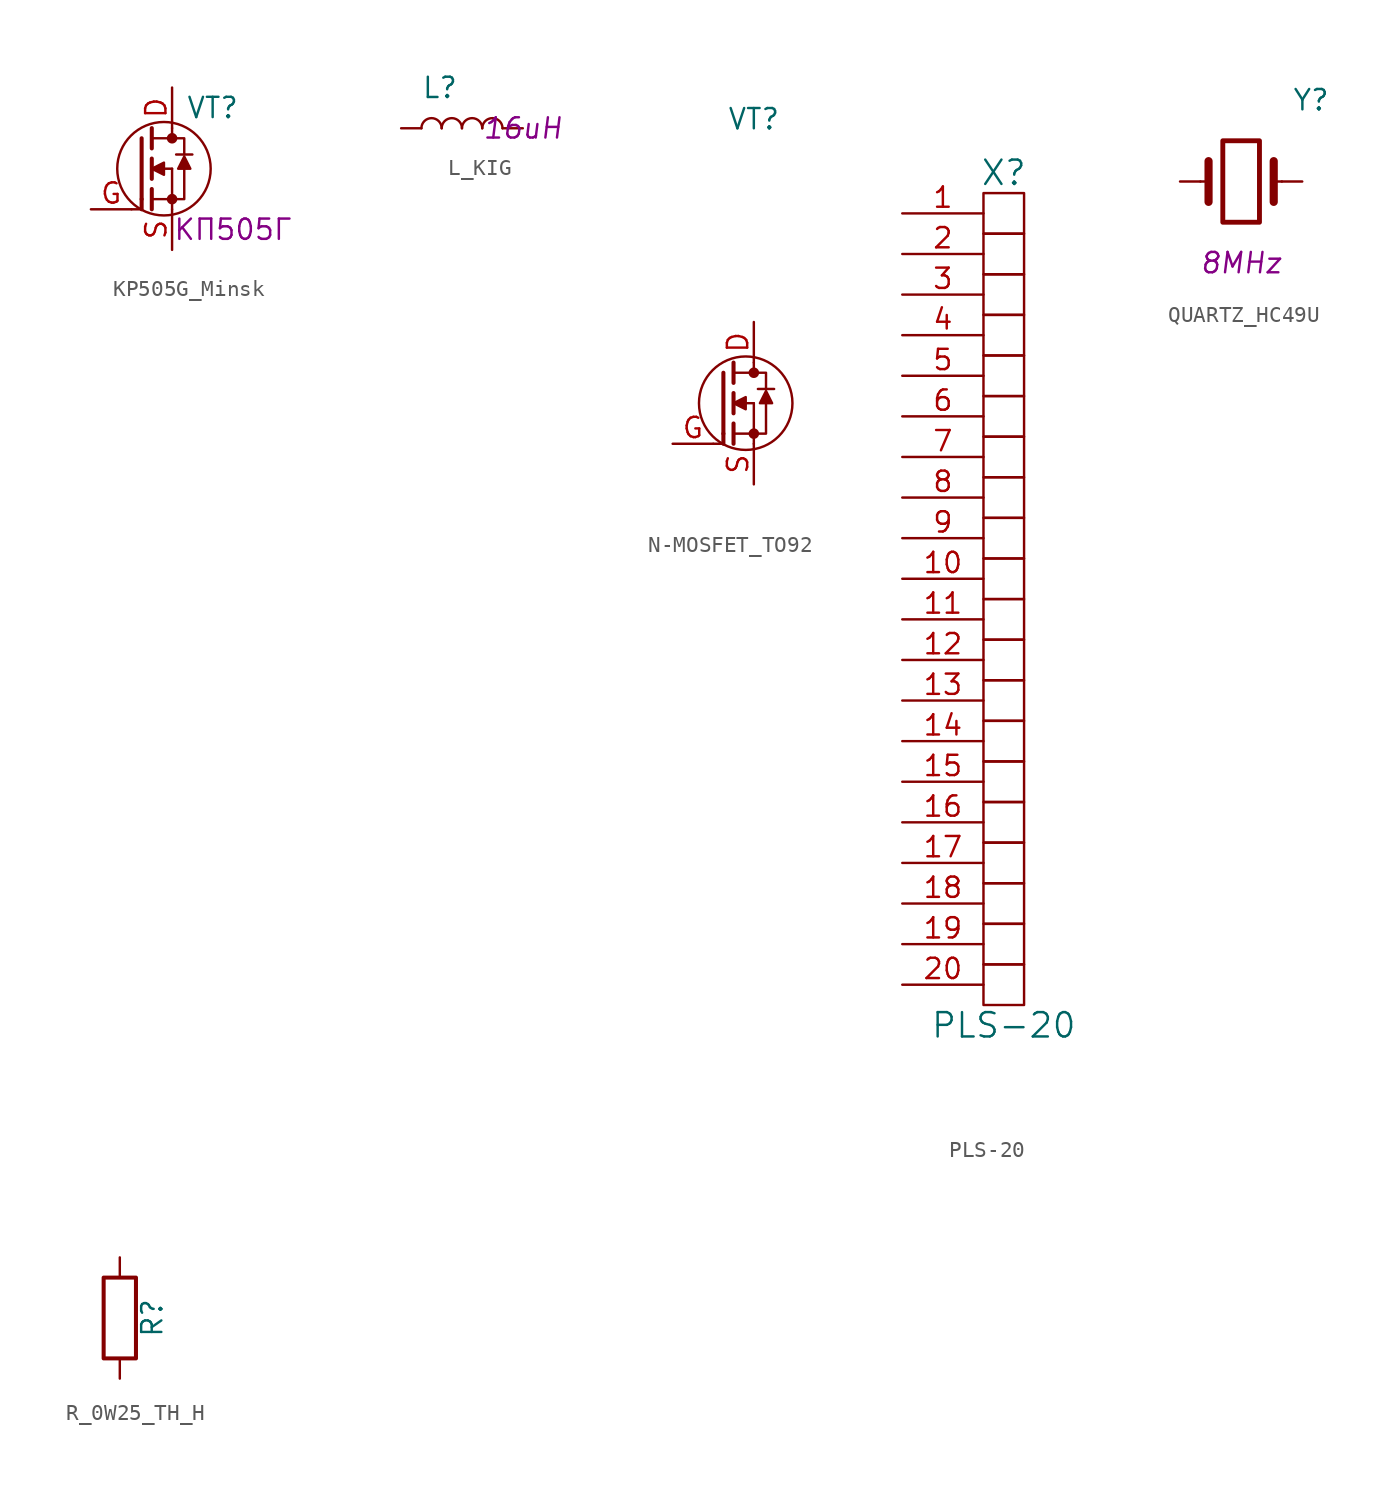
<source format=kicad_sym>
(kicad_symbol_lib
  (version 20211014)
  (generator kicad_symbol_editor)
  (symbol "KP505G_Minsk"
    (pin_names
      (offset 1.016) hide)
    (property "Reference" "VT"
      (at 2.54 3.81 0)
      (effects (font (size 1.27 1.27))))
    (property "p/n" "КП505Г"
      (at 3.81 -3.81 0)
      (effects (font (size 1.27 1.27))))
    (symbol "KP505G_Minsk_0_1"
      (circle (center -0.508 0) (radius 2.924) (stroke (width 0) (type default) (color 0 0 0 0)) (fill (type none)))
      (circle (center 0 -1.905) (radius 0.254) (stroke (width 0) (type default) (color 0 0 0 0)) (fill (type outline)))
      (polyline (pts (xy -1.905 -2.54) (xy -2.54 -2.54)) (stroke (width 0) (type default) (color 0 0 0 0)) (fill (type none)))
      (polyline (pts (xy -1.905 -2.54) (xy -1.905 -1.905)) (stroke (width 0.254) (type default) (color 0 0 0 0)) (fill (type none)))
      (polyline (pts (xy -1.905 1.905) (xy -1.905 -1.905)) (stroke (width 0.254) (type default) (color 0 0 0 0)) (fill (type none)))
      (polyline (pts (xy -1.27 -1.905) (xy 0 -1.905)) (stroke (width 0) (type default) (color 0 0 0 0)) (fill (type none)))
      (polyline (pts (xy -1.27 -1.27) (xy -1.27 -2.54)) (stroke (width 0.254) (type default) (color 0 0 0 0)) (fill (type none)))
      (polyline (pts (xy -1.27 0.635) (xy -1.27 -0.635)) (stroke (width 0.254) (type default) (color 0 0 0 0)) (fill (type none)))
      (polyline (pts (xy -1.27 1.27) (xy -1.27 2.54)) (stroke (width 0.254) (type default) (color 0 0 0 0)) (fill (type none)))
      (polyline (pts (xy -1.27 1.905) (xy 0 1.905)) (stroke (width 0) (type default) (color 0 0 0 0)) (fill (type none)))
      (polyline (pts (xy 0 -2.54) (xy 0 -1.905)) (stroke (width 0) (type default) (color 0 0 0 0)) (fill (type none)))
      (polyline (pts (xy 0 0) (xy -1.27 0)) (stroke (width 0) (type default) (color 0 0 0 0)) (fill (type none)))
      (polyline (pts (xy 0 0) (xy 0 -1.905)) (stroke (width 0) (type default) (color 0 0 0 0)) (fill (type none)))
      (polyline (pts (xy 0 2.54) (xy 0 1.905)) (stroke (width 0) (type default) (color 0 0 0 0)) (fill (type none)))
      (polyline (pts (xy 0.254 0.889) (xy 1.27 0.889)) (stroke (width 0) (type default) (color 0 0 0 0)) (fill (type none)))
      (polyline (pts (xy 0 -1.905) (xy 0.762 -1.905) (xy 0.762 0)) (stroke (width 0) (type default) (color 0 0 0 0)) (fill (type none)))
      (polyline (pts (xy 0.762 0.889) (xy 0.762 1.905) (xy 0 1.905)) (stroke (width 0) (type default) (color 0 0 0 0)) (fill (type none)))
      (polyline (pts (xy -1.27 0) (xy -0.508 0.381) (xy -0.508 -0.381) (xy -1.27 0)) (stroke (width 0) (type default) (color 0 0 0 0)) (fill (type outline)))
      (polyline (pts (xy 0.762 0.762) (xy 1.143 0) (xy 0.381 0) (xy 0.762 0.762)) (stroke (width 0) (type default) (color 0 0 0 0)) (fill (type outline)))
      (circle (center 0 1.905) (radius 0.254) (stroke (width 0) (type default) (color 0 0 0 0)) (fill (type outline))))
    (symbol "KP505G_Minsk_1_1"
      (pin passive line (at 0 5.08 270) (length 2.54) (name "~" (effects (font (size 1.27 1.27)))) (number "D" (effects (font (size 1.27 1.27)))))
      (pin passive line (at -5.08 -2.54 0) (length 2.54) (name "~" (effects (font (size 1.27 1.27)))) (number "G" (effects (font (size 1.27 1.27)))))
      (pin passive line (at 0 -5.08 90) (length 2.54) (name "~" (effects (font (size 1.27 1.27)))) (number "S" (effects (font (size 1.27 1.27)))))))
  (symbol "L_KIG"
    (pin_numbers hide)
    (pin_names
      (offset 0.254) hide)
    (property "Reference" "L"
      (at -6.35 2.54 0)
      (effects (font (size 1.27 1.27)) (justify left)))
    (property "Inductance" "16uH"
      (at 0 0 0)
      (effects (font (size 1.27 1.27) italic)))
    (symbol "L_KIG_0_1"
      (arc (start -3.81 0) (mid -4.445 0.635) (end -5.08 0) (stroke (width 0) (type default) (color 0 0 0 0)) (fill (type none)))
      (arc (start -2.54 0) (mid -3.175 0.635) (end -3.81 0) (stroke (width 0) (type default) (color 0 0 0 0)) (fill (type none)))
      (arc (start -1.27 0) (mid -1.905 0.635) (end -2.54 0) (stroke (width 0) (type default) (color 0 0 0 0)) (fill (type none))))
    (symbol "L_KIG_1_1"
      (arc (start -5.08 0) (mid -5.715 0.635) (end -6.35 0) (stroke (width 0) (type default) (color 0 0 0 0)) (fill (type none)))
      (pin passive line (at -7.62 0 0) (length 1.27) (name "~" (effects (font (size 1.27 1.27)))) (number "1" (effects (font (size 1.27 1.27)))))
      (pin passive line (at 0 0 180) (length 1.27) (name "~" (effects (font (size 1.27 1.27)))) (number "2" (effects (font (size 1.27 1.27)))))))
  (symbol "N-MOSFET_TO92"
    (pin_names
      (offset 1.016) hide)
    (property "Reference" "VT"
      (at 0 17.78 0)
      (effects (font (size 1.27 1.27))))
    (symbol "N-MOSFET_TO92_0_1"
      (circle (center -0.508 0) (radius 2.924) (stroke (width 0) (type default) (color 0 0 0 0)) (fill (type none)))
      (circle (center 0 -1.905) (radius 0.254) (stroke (width 0) (type default) (color 0 0 0 0)) (fill (type outline)))
      (polyline (pts (xy -1.905 -2.54) (xy -2.54 -2.54)) (stroke (width 0) (type default) (color 0 0 0 0)) (fill (type none)))
      (polyline (pts (xy -1.905 -2.54) (xy -1.905 -1.905)) (stroke (width 0.254) (type default) (color 0 0 0 0)) (fill (type none)))
      (polyline (pts (xy -1.905 1.905) (xy -1.905 -1.905)) (stroke (width 0.254) (type default) (color 0 0 0 0)) (fill (type none)))
      (polyline (pts (xy -1.27 -1.905) (xy 0 -1.905)) (stroke (width 0) (type default) (color 0 0 0 0)) (fill (type none)))
      (polyline (pts (xy -1.27 -1.27) (xy -1.27 -2.54)) (stroke (width 0.254) (type default) (color 0 0 0 0)) (fill (type none)))
      (polyline (pts (xy -1.27 0.635) (xy -1.27 -0.635)) (stroke (width 0.254) (type default) (color 0 0 0 0)) (fill (type none)))
      (polyline (pts (xy -1.27 1.27) (xy -1.27 2.54)) (stroke (width 0.254) (type default) (color 0 0 0 0)) (fill (type none)))
      (polyline (pts (xy -1.27 1.905) (xy 0 1.905)) (stroke (width 0) (type default) (color 0 0 0 0)) (fill (type none)))
      (polyline (pts (xy 0 -2.54) (xy 0 -1.905)) (stroke (width 0) (type default) (color 0 0 0 0)) (fill (type none)))
      (polyline (pts (xy 0 0) (xy -1.27 0)) (stroke (width 0) (type default) (color 0 0 0 0)) (fill (type none)))
      (polyline (pts (xy 0 0) (xy 0 -1.905)) (stroke (width 0) (type default) (color 0 0 0 0)) (fill (type none)))
      (polyline (pts (xy 0 2.54) (xy 0 1.905)) (stroke (width 0) (type default) (color 0 0 0 0)) (fill (type none)))
      (polyline (pts (xy 0.254 0.889) (xy 1.27 0.889)) (stroke (width 0) (type default) (color 0 0 0 0)) (fill (type none)))
      (polyline (pts (xy 0 -1.905) (xy 0.762 -1.905) (xy 0.762 0)) (stroke (width 0) (type default) (color 0 0 0 0)) (fill (type none)))
      (polyline (pts (xy 0.762 0.889) (xy 0.762 1.905) (xy 0 1.905)) (stroke (width 0) (type default) (color 0 0 0 0)) (fill (type none)))
      (polyline (pts (xy -1.27 0) (xy -0.508 0.381) (xy -0.508 -0.381) (xy -1.27 0)) (stroke (width 0) (type default) (color 0 0 0 0)) (fill (type outline)))
      (polyline (pts (xy 0.762 0.762) (xy 1.143 0) (xy 0.381 0) (xy 0.762 0.762)) (stroke (width 0) (type default) (color 0 0 0 0)) (fill (type outline)))
      (circle (center 0 1.905) (radius 0.254) (stroke (width 0) (type default) (color 0 0 0 0)) (fill (type outline))))
    (symbol "N-MOSFET_TO92_1_1"
      (pin passive line (at 0 5.08 270) (length 2.54) (name "~" (effects (font (size 1.27 1.27)))) (number "D" (effects (font (size 1.27 1.27)))))
      (pin passive line (at -5.08 -2.54 0) (length 2.54) (name "~" (effects (font (size 1.27 1.27)))) (number "G" (effects (font (size 1.27 1.27)))))
      (pin passive line (at 0 -5.08 90) (length 2.54) (name "~" (effects (font (size 1.27 1.27)))) (number "S" (effects (font (size 1.27 1.27)))))))
  (symbol "PLS-20"
    (pin_names
      (offset 1.016))
    (property "Reference" "X"
      (at 0 2.54 0)
      (effects (font (size 1.524 1.524))))
    (property "Value" "PLS-20"
      (at 0 -50.8 0)
      (effects (font (size 1.524 1.524))))
    (symbol "PLS-20_0_1"
      (rectangle (start -1.27 -46.99) (end 1.27 -49.53) (stroke (width 0.152) (type default) (color 0 0 0 0)) (fill (type none)))
      (rectangle (start -1.27 -44.45) (end 1.27 -46.99) (stroke (width 0.152) (type default) (color 0 0 0 0)) (fill (type none)))
      (rectangle (start -1.27 -41.91) (end 1.27 -44.45) (stroke (width 0.152) (type default) (color 0 0 0 0)) (fill (type none)))
      (rectangle (start -1.27 -39.37) (end 1.27 -41.91) (stroke (width 0.152) (type default) (color 0 0 0 0)) (fill (type none)))
      (rectangle (start -1.27 -36.83) (end 1.27 -39.37) (stroke (width 0.152) (type default) (color 0 0 0 0)) (fill (type none)))
      (rectangle (start -1.27 -34.29) (end 1.27 -36.83) (stroke (width 0.152) (type default) (color 0 0 0 0)) (fill (type none)))
      (rectangle (start -1.27 -31.75) (end 1.27 -34.29) (stroke (width 0.152) (type default) (color 0 0 0 0)) (fill (type none)))
      (rectangle (start -1.27 -29.21) (end 1.27 -31.75) (stroke (width 0.152) (type default) (color 0 0 0 0)) (fill (type none)))
      (rectangle (start -1.27 -26.67) (end 1.27 -29.21) (stroke (width 0.152) (type default) (color 0 0 0 0)) (fill (type none)))
      (rectangle (start -1.27 -24.13) (end 1.27 -26.67) (stroke (width 0.152) (type default) (color 0 0 0 0)) (fill (type none)))
      (rectangle (start -1.27 -21.59) (end 1.27 -24.13) (stroke (width 0.152) (type default) (color 0 0 0 0)) (fill (type none)))
      (rectangle (start -1.27 -19.05) (end 1.27 -21.59) (stroke (width 0.152) (type default) (color 0 0 0 0)) (fill (type none)))
      (rectangle (start -1.27 -16.51) (end 1.27 -19.05) (stroke (width 0.152) (type default) (color 0 0 0 0)) (fill (type none)))
      (rectangle (start -1.27 -13.97) (end 1.27 -16.51) (stroke (width 0.152) (type default) (color 0 0 0 0)) (fill (type none)))
      (rectangle (start -1.27 -11.43) (end 1.27 -13.97) (stroke (width 0.152) (type default) (color 0 0 0 0)) (fill (type none)))
      (rectangle (start -1.27 -8.89) (end 1.27 -11.43) (stroke (width 0.152) (type default) (color 0 0 0 0)) (fill (type none)))
      (rectangle (start -1.27 -6.35) (end 1.27 -8.89) (stroke (width 0.152) (type default) (color 0 0 0 0)) (fill (type none)))
      (rectangle (start -1.27 -3.81) (end 1.27 -6.35) (stroke (width 0) (type default) (color 0 0 0 0)) (fill (type none)))
      (rectangle (start -1.27 -1.27) (end 1.27 -3.81) (stroke (width 0) (type default) (color 0 0 0 0)) (fill (type none)))
      (rectangle (start -1.27 1.27) (end 1.27 -1.27) (stroke (width 0) (type default) (color 0 0 0 0)) (fill (type none))))
    (symbol "PLS-20_1_1"
      (pin passive line (at -6.35 0 0) (length 5.08) (name "" (effects (font (size 1.27 1.27)))) (number "1" (effects (font (size 1.27 1.27)))))
      (pin passive line (at -6.35 -22.86 0) (length 5.08) (name "" (effects (font (size 1.27 1.27)))) (number "10" (effects (font (size 1.27 1.27)))))
      (pin passive line (at -6.35 -25.4 0) (length 5.08) (name "" (effects (font (size 1.27 1.27)))) (number "11" (effects (font (size 1.27 1.27)))))
      (pin passive line (at -6.35 -27.94 0) (length 5.08) (name "" (effects (font (size 1.27 1.27)))) (number "12" (effects (font (size 1.27 1.27)))))
      (pin passive line (at -6.35 -30.48 0) (length 5.08) (name "" (effects (font (size 1.27 1.27)))) (number "13" (effects (font (size 1.27 1.27)))))
      (pin passive line (at -6.35 -33.02 0) (length 5.08) (name "" (effects (font (size 1.27 1.27)))) (number "14" (effects (font (size 1.27 1.27)))))
      (pin passive line (at -6.35 -35.56 0) (length 5.08) (name "" (effects (font (size 1.27 1.27)))) (number "15" (effects (font (size 1.27 1.27)))))
      (pin passive line (at -6.35 -38.1 0) (length 5.08) (name "" (effects (font (size 1.27 1.27)))) (number "16" (effects (font (size 1.27 1.27)))))
      (pin passive line (at -6.35 -40.64 0) (length 5.08) (name "" (effects (font (size 1.27 1.27)))) (number "17" (effects (font (size 1.27 1.27)))))
      (pin passive line (at -6.35 -43.18 0) (length 5.08) (name "" (effects (font (size 1.27 1.27)))) (number "18" (effects (font (size 1.27 1.27)))))
      (pin passive line (at -6.35 -45.72 0) (length 5.08) (name "" (effects (font (size 1.27 1.27)))) (number "19" (effects (font (size 1.27 1.27)))))
      (pin passive line (at -6.35 -2.54 0) (length 5.08) (name "" (effects (font (size 1.27 1.27)))) (number "2" (effects (font (size 1.27 1.27)))))
      (pin passive line (at -6.35 -48.26 0) (length 5.08) (name "" (effects (font (size 1.27 1.27)))) (number "20" (effects (font (size 1.27 1.27)))))
      (pin passive line (at -6.35 -5.08 0) (length 5.08) (name "" (effects (font (size 1.27 1.27)))) (number "3" (effects (font (size 1.27 1.27)))))
      (pin passive line (at -6.35 -7.62 0) (length 5.08) (name "" (effects (font (size 1.27 1.27)))) (number "4" (effects (font (size 1.27 1.27)))))
      (pin passive line (at -6.35 -10.16 0) (length 5.08) (name "" (effects (font (size 1.27 1.27)))) (number "5" (effects (font (size 1.27 1.27)))))
      (pin passive line (at -6.35 -12.7 0) (length 5.08) (name "" (effects (font (size 1.27 1.27)))) (number "6" (effects (font (size 1.27 1.27)))))
      (pin passive line (at -6.35 -15.24 0) (length 5.08) (name "" (effects (font (size 1.27 1.27)))) (number "7" (effects (font (size 1.27 1.27)))))
      (pin passive line (at -6.35 -17.78 0) (length 5.08) (name "" (effects (font (size 1.27 1.27)))) (number "8" (effects (font (size 1.27 1.27)))))
      (pin passive line (at -6.35 -20.32 0) (length 5.08) (name "" (effects (font (size 1.27 1.27)))) (number "9" (effects (font (size 1.27 1.27)))))))
  (symbol "QUARTZ_HC49U"
    (pin_numbers hide)
    (pin_names
      (offset 1.016) hide)
    (property "Reference" "Y"
      (at 3.175 5.08 0)
      (effects (font (size 1.27 1.27)) (justify left)))
    (property "Freq" "8MHz"
      (at 0 -5.08 0)
      (effects (font (size 1.27 1.27) italic)))
    (symbol "QUARTZ_HC49U_0_1"
      (rectangle (start -1.143 2.54) (end 1.143 -2.54) (stroke (width 0.305) (type default) (color 0 0 0 0)) (fill (type none)))
      (polyline (pts (xy -2.54 0) (xy -2.032 0)) (stroke (width 0) (type default) (color 0 0 0 0)) (fill (type none)))
      (polyline (pts (xy -2.032 -1.27) (xy -2.032 1.27)) (stroke (width 0.508) (type default) (color 0 0 0 0)) (fill (type none)))
      (polyline (pts (xy 2.032 -1.27) (xy 2.032 1.27)) (stroke (width 0.508) (type default) (color 0 0 0 0)) (fill (type none)))
      (polyline (pts (xy 2.032 0) (xy 2.54 0)) (stroke (width 0) (type default) (color 0 0 0 0)) (fill (type none))))
    (symbol "QUARTZ_HC49U_1_1"
      (pin passive line (at -3.81 0 0) (length 1.27) (name "" (effects (font (size 1.27 1.27)))) (number "1" (effects (font (size 1.27 1.27)))))
      (pin passive line (at 3.81 0 180) (length 1.27) (name "" (effects (font (size 1.27 1.27)))) (number "2" (effects (font (size 1.27 1.27)))))))
  (symbol "R_0W25_TH_H"
    (pin_numbers hide)
    (pin_names
      (offset 0))
    (property "Reference" "R"
      (at 2.032 0 90)
      (effects (font (size 1.27 1.27))))
    (property "Manuf" ""
      (at 0 0 0)
      (effects (font (size 1.27 1.27))))
    (symbol "R_0W25_TH_H_0_1"
      (rectangle (start -1.016 -2.54) (end 1.016 2.54) (stroke (width 0.254) (type default) (color 0 0 0 0)) (fill (type none))))
    (symbol "R_0W25_TH_H_1_1"
      (pin passive line (at 0 3.81 270) (length 1.27) (name "~" (effects (font (size 1.27 1.27)))) (number "1" (effects (font (size 1.27 1.27)))))
      (pin passive line (at 0 -3.81 90) (length 1.27) (name "~" (effects (font (size 1.27 1.27)))) (number "2" (effects (font (size 1.27 1.27))))))))
</source>
